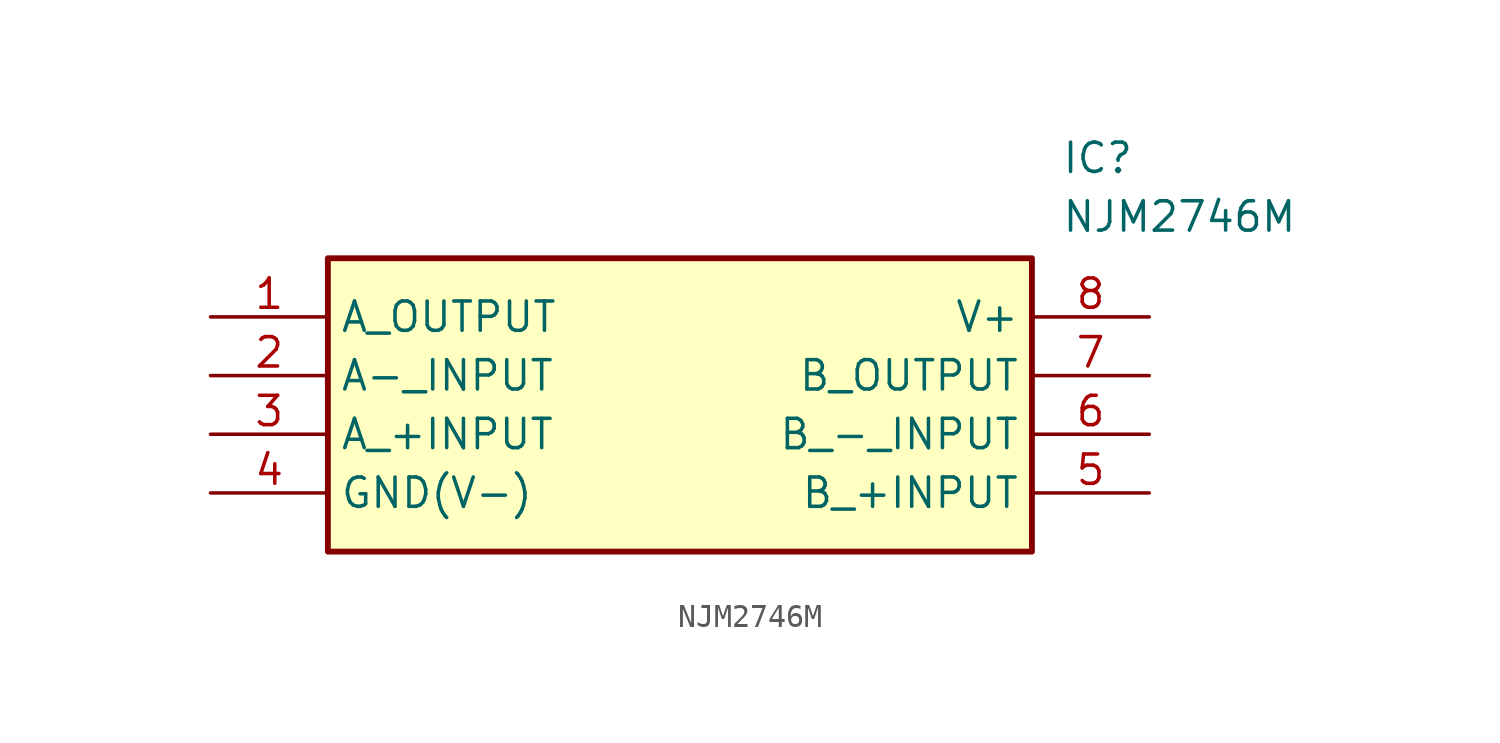
<source format=kicad_sym>
(kicad_symbol_lib
  (version 20211014)
  (generator SamacSys_ECAD_Model)
  (symbol "NJM2746M"
    (property "Reference" "IC"
      (at 36.83 7.62 0)
      (effects (font (size 1.27 1.27)) (justify left top)))
    (property "Value" "NJM2746M"
      (at 36.83 5.08 0)
      (effects (font (size 1.27 1.27)) (justify left top)))
    (rectangle
      (start 5.08 2.54)
      (end 35.56 -10.16)
      (stroke (width 0.254) (type default))
      (fill (type background)))
    (pin passive line
      (at 0 0 0)
      (length 5.08)
      (name "A_OUTPUT" (effects (font (size 1.27 1.27))))
      (number "1" (effects (font (size 1.27 1.27)))))
    (pin passive line
      (at 0 -2.54 0)
      (length 5.08)
      (name "A-_INPUT" (effects (font (size 1.27 1.27))))
      (number "2" (effects (font (size 1.27 1.27)))))
    (pin passive line
      (at 0 -5.08 0)
      (length 5.08)
      (name "A_+INPUT" (effects (font (size 1.27 1.27))))
      (number "3" (effects (font (size 1.27 1.27)))))
    (pin passive line
      (at 0 -7.62 0)
      (length 5.08)
      (name "GND(V-)" (effects (font (size 1.27 1.27))))
      (number "4" (effects (font (size 1.27 1.27)))))
    (pin passive line
      (at 40.64 0 180)
      (length 5.08)
      (name "V+" (effects (font (size 1.27 1.27))))
      (number "8" (effects (font (size 1.27 1.27)))))
    (pin passive line
      (at 40.64 -2.54 180)
      (length 5.08)
      (name "B_OUTPUT" (effects (font (size 1.27 1.27))))
      (number "7" (effects (font (size 1.27 1.27)))))
    (pin passive line
      (at 40.64 -5.08 180)
      (length 5.08)
      (name "B_-_INPUT" (effects (font (size 1.27 1.27))))
      (number "6" (effects (font (size 1.27 1.27)))))
    (pin passive line
      (at 40.64 -7.62 180)
      (length 5.08)
      (name "B_+INPUT" (effects (font (size 1.27 1.27))))
      (number "5" (effects (font (size 1.27 1.27)))))))
</source>
